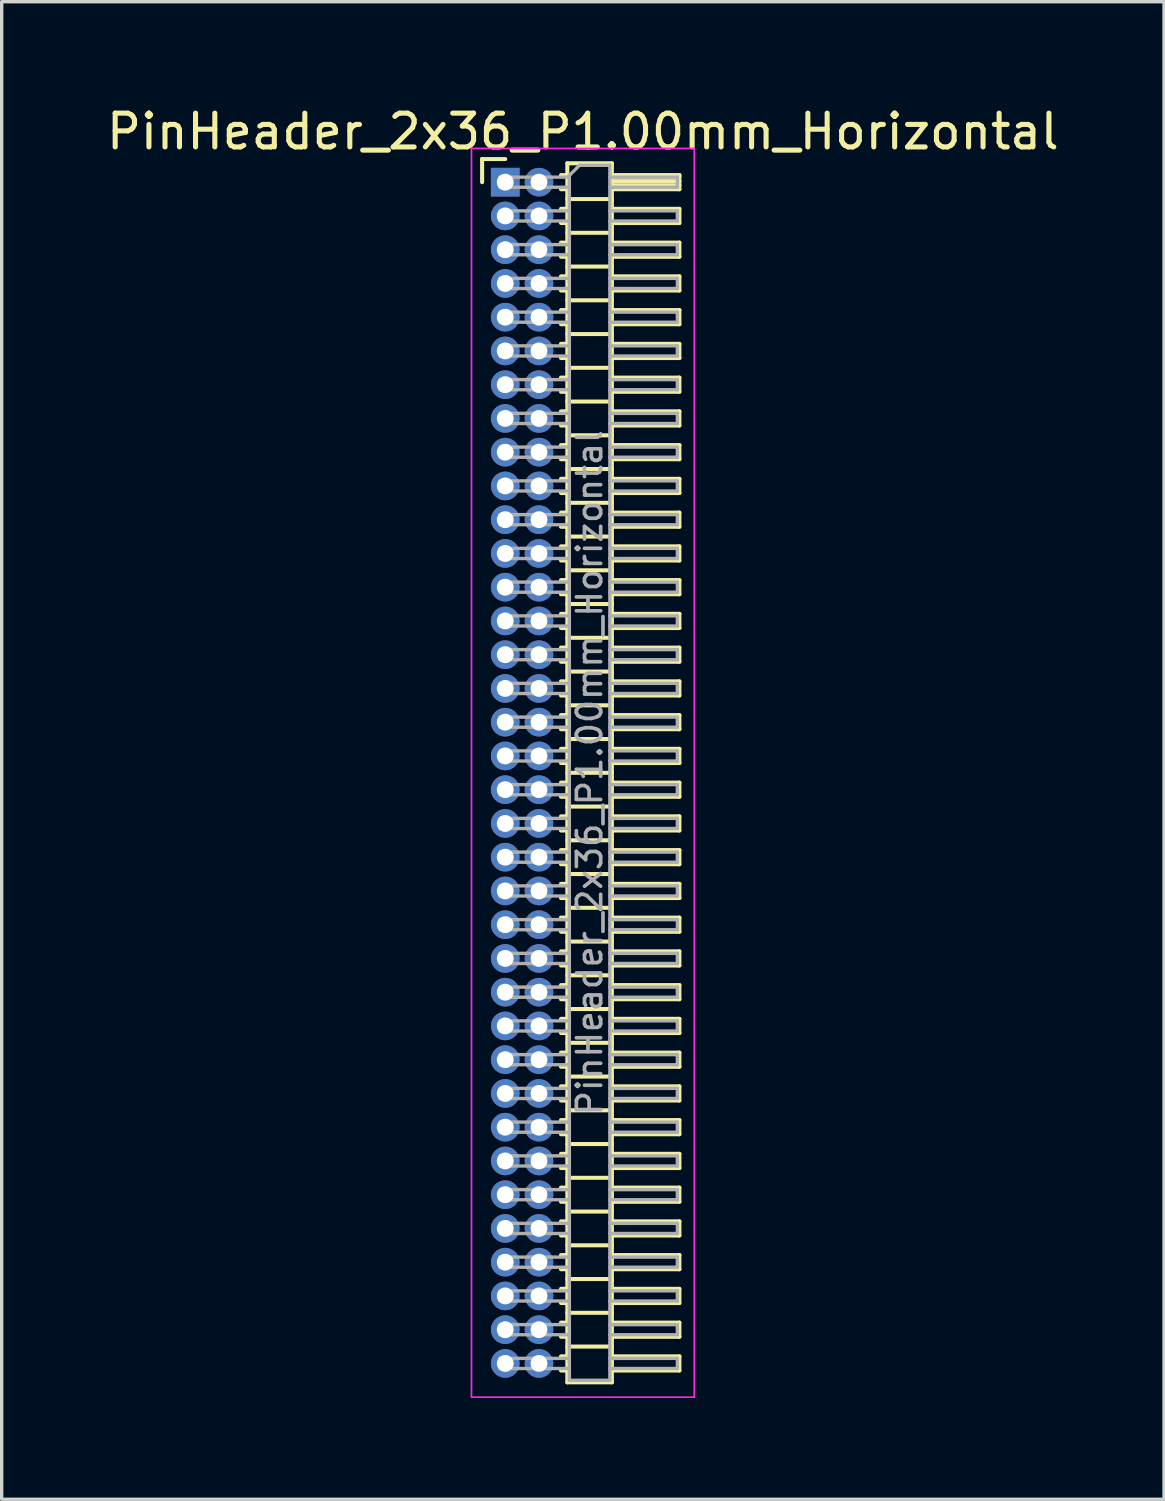
<source format=kicad_pcb>
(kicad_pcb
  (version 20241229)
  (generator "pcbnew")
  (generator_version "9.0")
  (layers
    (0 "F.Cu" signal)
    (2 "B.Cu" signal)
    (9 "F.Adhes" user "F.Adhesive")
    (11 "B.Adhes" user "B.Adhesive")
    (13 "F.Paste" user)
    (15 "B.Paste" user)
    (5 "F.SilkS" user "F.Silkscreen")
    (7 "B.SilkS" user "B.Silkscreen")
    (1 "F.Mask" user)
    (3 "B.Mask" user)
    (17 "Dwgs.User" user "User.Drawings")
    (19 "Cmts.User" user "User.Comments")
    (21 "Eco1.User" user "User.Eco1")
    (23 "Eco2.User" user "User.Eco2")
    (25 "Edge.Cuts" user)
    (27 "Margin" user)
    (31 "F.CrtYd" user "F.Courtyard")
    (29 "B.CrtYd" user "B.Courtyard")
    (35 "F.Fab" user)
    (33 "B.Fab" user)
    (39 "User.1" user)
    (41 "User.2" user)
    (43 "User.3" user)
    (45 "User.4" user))
  (footprint "PinHeader_2x36_P1.00mm_Horizontal"
    (layer "F.Cu")
    (at 11.92 2.348)
    (property "Reference" "PinHeader_2x36_P1.00mm_Horizontal" (at 2.3 -1.5 0) (layer "F.SilkS") (effects (font (size 1 1) (thickness 0.15))))
    (attr through_hole)
    (fp_line (start -0.685 -0.685) (end 0 -0.685) (stroke (width 0.12) (type solid)) (layer "F.SilkS"))
    (fp_line (start -0.685 0) (end -0.685 -0.685) (stroke (width 0.12) (type solid)) (layer "F.SilkS"))
    (fp_line (start 1.652 -0.21) (end 1.84 -0.21) (stroke (width 0.12) (type solid)) (layer "F.SilkS"))
    (fp_line (start 1.652 0.21) (end 1.84 0.21) (stroke (width 0.12) (type solid)) (layer "F.SilkS"))
    (fp_line (start 1.652 0.79) (end 1.84 0.79) (stroke (width 0.12) (type solid)) (layer "F.SilkS"))
    (fp_line (start 1.652 1.21) (end 1.84 1.21) (stroke (width 0.12) (type solid)) (layer "F.SilkS"))
    (fp_line (start 1.652 1.79) (end 1.84 1.79) (stroke (width 0.12) (type solid)) (layer "F.SilkS"))
    (fp_line (start 1.652 2.21) (end 1.84 2.21) (stroke (width 0.12) (type solid)) (layer "F.SilkS"))
    (fp_line (start 1.652 2.79) (end 1.84 2.79) (stroke (width 0.12) (type solid)) (layer "F.SilkS"))
    (fp_line (start 1.652 3.21) (end 1.84 3.21) (stroke (width 0.12) (type solid)) (layer "F.SilkS"))
    (fp_line (start 1.652 3.79) (end 1.84 3.79) (stroke (width 0.12) (type solid)) (layer "F.SilkS"))
    (fp_line (start 1.652 4.21) (end 1.84 4.21) (stroke (width 0.12) (type solid)) (layer "F.SilkS"))
    (fp_line (start 1.652 4.79) (end 1.84 4.79) (stroke (width 0.12) (type solid)) (layer "F.SilkS"))
    (fp_line (start 1.652 5.21) (end 1.84 5.21) (stroke (width 0.12) (type solid)) (layer "F.SilkS"))
    (fp_line (start 1.652 5.79) (end 1.84 5.79) (stroke (width 0.12) (type solid)) (layer "F.SilkS"))
    (fp_line (start 1.652 6.21) (end 1.84 6.21) (stroke (width 0.12) (type solid)) (layer "F.SilkS"))
    (fp_line (start 1.652 6.79) (end 1.84 6.79) (stroke (width 0.12) (type solid)) (layer "F.SilkS"))
    (fp_line (start 1.652 7.21) (end 1.84 7.21) (stroke (width 0.12) (type solid)) (layer "F.SilkS"))
    (fp_line (start 1.652 7.79) (end 1.84 7.79) (stroke (width 0.12) (type solid)) (layer "F.SilkS"))
    (fp_line (start 1.652 8.21) (end 1.84 8.21) (stroke (width 0.12) (type solid)) (layer "F.SilkS"))
    (fp_line (start 1.652 8.79) (end 1.84 8.79) (stroke (width 0.12) (type solid)) (layer "F.SilkS"))
    (fp_line (start 1.652 9.21) (end 1.84 9.21) (stroke (width 0.12) (type solid)) (layer "F.SilkS"))
    (fp_line (start 1.652 9.79) (end 1.84 9.79) (stroke (width 0.12) (type solid)) (layer "F.SilkS"))
    (fp_line (start 1.652 10.21) (end 1.84 10.21) (stroke (width 0.12) (type solid)) (layer "F.SilkS"))
    (fp_line (start 1.652 10.79) (end 1.84 10.79) (stroke (width 0.12) (type solid)) (layer "F.SilkS"))
    (fp_line (start 1.652 11.21) (end 1.84 11.21) (stroke (width 0.12) (type solid)) (layer "F.SilkS"))
    (fp_line (start 1.652 11.79) (end 1.84 11.79) (stroke (width 0.12) (type solid)) (layer "F.SilkS"))
    (fp_line (start 1.652 12.21) (end 1.84 12.21) (stroke (width 0.12) (type solid)) (layer "F.SilkS"))
    (fp_line (start 1.652 12.79) (end 1.84 12.79) (stroke (width 0.12) (type solid)) (layer "F.SilkS"))
    (fp_line (start 1.652 13.21) (end 1.84 13.21) (stroke (width 0.12) (type solid)) (layer "F.SilkS"))
    (fp_line (start 1.652 13.79) (end 1.84 13.79) (stroke (width 0.12) (type solid)) (layer "F.SilkS"))
    (fp_line (start 1.652 14.21) (end 1.84 14.21) (stroke (width 0.12) (type solid)) (layer "F.SilkS"))
    (fp_line (start 1.652 14.79) (end 1.84 14.79) (stroke (width 0.12) (type solid)) (layer "F.SilkS"))
    (fp_line (start 1.652 15.21) (end 1.84 15.21) (stroke (width 0.12) (type solid)) (layer "F.SilkS"))
    (fp_line (start 1.652 15.79) (end 1.84 15.79) (stroke (width 0.12) (type solid)) (layer "F.SilkS"))
    (fp_line (start 1.652 16.21) (end 1.84 16.21) (stroke (width 0.12) (type solid)) (layer "F.SilkS"))
    (fp_line (start 1.652 16.79) (end 1.84 16.79) (stroke (width 0.12) (type solid)) (layer "F.SilkS"))
    (fp_line (start 1.652 17.21) (end 1.84 17.21) (stroke (width 0.12) (type solid)) (layer "F.SilkS"))
    (fp_line (start 1.652 17.79) (end 1.84 17.79) (stroke (width 0.12) (type solid)) (layer "F.SilkS"))
    (fp_line (start 1.652 18.21) (end 1.84 18.21) (stroke (width 0.12) (type solid)) (layer "F.SilkS"))
    (fp_line (start 1.652 18.79) (end 1.84 18.79) (stroke (width 0.12) (type solid)) (layer "F.SilkS"))
    (fp_line (start 1.652 19.21) (end 1.84 19.21) (stroke (width 0.12) (type solid)) (layer "F.SilkS"))
    (fp_line (start 1.652 19.79) (end 1.84 19.79) (stroke (width 0.12) (type solid)) (layer "F.SilkS"))
    (fp_line (start 1.652 20.21) (end 1.84 20.21) (stroke (width 0.12) (type solid)) (layer "F.SilkS"))
    (fp_line (start 1.652 20.79) (end 1.84 20.79) (stroke (width 0.12) (type solid)) (layer "F.SilkS"))
    (fp_line (start 1.652 21.21) (end 1.84 21.21) (stroke (width 0.12) (type solid)) (layer "F.SilkS"))
    (fp_line (start 1.652 21.79) (end 1.84 21.79) (stroke (width 0.12) (type solid)) (layer "F.SilkS"))
    (fp_line (start 1.652 22.21) (end 1.84 22.21) (stroke (width 0.12) (type solid)) (layer "F.SilkS"))
    (fp_line (start 1.652 22.79) (end 1.84 22.79) (stroke (width 0.12) (type solid)) (layer "F.SilkS"))
    (fp_line (start 1.652 23.21) (end 1.84 23.21) (stroke (width 0.12) (type solid)) (layer "F.SilkS"))
    (fp_line (start 1.652 23.79) (end 1.84 23.79) (stroke (width 0.12) (type solid)) (layer "F.SilkS"))
    (fp_line (start 1.652 24.21) (end 1.84 24.21) (stroke (width 0.12) (type solid)) (layer "F.SilkS"))
    (fp_line (start 1.652 24.79) (end 1.84 24.79) (stroke (width 0.12) (type solid)) (layer "F.SilkS"))
    (fp_line (start 1.652 25.21) (end 1.84 25.21) (stroke (width 0.12) (type solid)) (layer "F.SilkS"))
    (fp_line (start 1.652 25.79) (end 1.84 25.79) (stroke (width 0.12) (type solid)) (layer "F.SilkS"))
    (fp_line (start 1.652 26.21) (end 1.84 26.21) (stroke (width 0.12) (type solid)) (layer "F.SilkS"))
    (fp_line (start 1.652 26.79) (end 1.84 26.79) (stroke (width 0.12) (type solid)) (layer "F.SilkS"))
    (fp_line (start 1.652 27.21) (end 1.84 27.21) (stroke (width 0.12) (type solid)) (layer "F.SilkS"))
    (fp_line (start 1.652 27.79) (end 1.84 27.79) (stroke (width 0.12) (type solid)) (layer "F.SilkS"))
    (fp_line (start 1.652 28.21) (end 1.84 28.21) (stroke (width 0.12) (type solid)) (layer "F.SilkS"))
    (fp_line (start 1.652 28.79) (end 1.84 28.79) (stroke (width 0.12) (type solid)) (layer "F.SilkS"))
    (fp_line (start 1.652 29.21) (end 1.84 29.21) (stroke (width 0.12) (type solid)) (layer "F.SilkS"))
    (fp_line (start 1.652 29.79) (end 1.84 29.79) (stroke (width 0.12) (type solid)) (layer "F.SilkS"))
    (fp_line (start 1.652 30.21) (end 1.84 30.21) (stroke (width 0.12) (type solid)) (layer "F.SilkS"))
    (fp_line (start 1.652 30.79) (end 1.84 30.79) (stroke (width 0.12) (type solid)) (layer "F.SilkS"))
    (fp_line (start 1.652 31.21) (end 1.84 31.21) (stroke (width 0.12) (type solid)) (layer "F.SilkS"))
    (fp_line (start 1.652 31.79) (end 1.84 31.79) (stroke (width 0.12) (type solid)) (layer "F.SilkS"))
    (fp_line (start 1.652 32.21) (end 1.84 32.21) (stroke (width 0.12) (type solid)) (layer "F.SilkS"))
    (fp_line (start 1.652 32.79) (end 1.84 32.79) (stroke (width 0.12) (type solid)) (layer "F.SilkS"))
    (fp_line (start 1.652 33.21) (end 1.84 33.21) (stroke (width 0.12) (type solid)) (layer "F.SilkS"))
    (fp_line (start 1.652 33.79) (end 1.84 33.79) (stroke (width 0.12) (type solid)) (layer "F.SilkS"))
    (fp_line (start 1.652 34.21) (end 1.84 34.21) (stroke (width 0.12) (type solid)) (layer "F.SilkS"))
    (fp_line (start 1.652 34.79) (end 1.84 34.79) (stroke (width 0.12) (type solid)) (layer "F.SilkS"))
    (fp_line (start 1.652 35.21) (end 1.84 35.21) (stroke (width 0.12) (type solid)) (layer "F.SilkS"))
    (fp_line (start 1.84 -0.56) (end 1.84 35.56) (stroke (width 0.12) (type solid)) (layer "F.SilkS"))
    (fp_line (start 1.84 0.5) (end 3.16 0.5) (stroke (width 0.12) (type solid)) (layer "F.SilkS"))
    (fp_line (start 1.84 1.5) (end 3.16 1.5) (stroke (width 0.12) (type solid)) (layer "F.SilkS"))
    (fp_line (start 1.84 2.5) (end 3.16 2.5) (stroke (width 0.12) (type solid)) (layer "F.SilkS"))
    (fp_line (start 1.84 3.5) (end 3.16 3.5) (stroke (width 0.12) (type solid)) (layer "F.SilkS"))
    (fp_line (start 1.84 4.5) (end 3.16 4.5) (stroke (width 0.12) (type solid)) (layer "F.SilkS"))
    (fp_line (start 1.84 5.5) (end 3.16 5.5) (stroke (width 0.12) (type solid)) (layer "F.SilkS"))
    (fp_line (start 1.84 6.5) (end 3.16 6.5) (stroke (width 0.12) (type solid)) (layer "F.SilkS"))
    (fp_line (start 1.84 7.5) (end 3.16 7.5) (stroke (width 0.12) (type solid)) (layer "F.SilkS"))
    (fp_line (start 1.84 8.5) (end 3.16 8.5) (stroke (width 0.12) (type solid)) (layer "F.SilkS"))
    (fp_line (start 1.84 9.5) (end 3.16 9.5) (stroke (width 0.12) (type solid)) (layer "F.SilkS"))
    (fp_line (start 1.84 10.5) (end 3.16 10.5) (stroke (width 0.12) (type solid)) (layer "F.SilkS"))
    (fp_line (start 1.84 11.5) (end 3.16 11.5) (stroke (width 0.12) (type solid)) (layer "F.SilkS"))
    (fp_line (start 1.84 12.5) (end 3.16 12.5) (stroke (width 0.12) (type solid)) (layer "F.SilkS"))
    (fp_line (start 1.84 13.5) (end 3.16 13.5) (stroke (width 0.12) (type solid)) (layer "F.SilkS"))
    (fp_line (start 1.84 14.5) (end 3.16 14.5) (stroke (width 0.12) (type solid)) (layer "F.SilkS"))
    (fp_line (start 1.84 15.5) (end 3.16 15.5) (stroke (width 0.12) (type solid)) (layer "F.SilkS"))
    (fp_line (start 1.84 16.5) (end 3.16 16.5) (stroke (width 0.12) (type solid)) (layer "F.SilkS"))
    (fp_line (start 1.84 17.5) (end 3.16 17.5) (stroke (width 0.12) (type solid)) (layer "F.SilkS"))
    (fp_line (start 1.84 18.5) (end 3.16 18.5) (stroke (width 0.12) (type solid)) (layer "F.SilkS"))
    (fp_line (start 1.84 19.5) (end 3.16 19.5) (stroke (width 0.12) (type solid)) (layer "F.SilkS"))
    (fp_line (start 1.84 20.5) (end 3.16 20.5) (stroke (width 0.12) (type solid)) (layer "F.SilkS"))
    (fp_line (start 1.84 21.5) (end 3.16 21.5) (stroke (width 0.12) (type solid)) (layer "F.SilkS"))
    (fp_line (start 1.84 22.5) (end 3.16 22.5) (stroke (width 0.12) (type solid)) (layer "F.SilkS"))
    (fp_line (start 1.84 23.5) (end 3.16 23.5) (stroke (width 0.12) (type solid)) (layer "F.SilkS"))
    (fp_line (start 1.84 24.5) (end 3.16 24.5) (stroke (width 0.12) (type solid)) (layer "F.SilkS"))
    (fp_line (start 1.84 25.5) (end 3.16 25.5) (stroke (width 0.12) (type solid)) (layer "F.SilkS"))
    (fp_line (start 1.84 26.5) (end 3.16 26.5) (stroke (width 0.12) (type solid)) (layer "F.SilkS"))
    (fp_line (start 1.84 27.5) (end 3.16 27.5) (stroke (width 0.12) (type solid)) (layer "F.SilkS"))
    (fp_line (start 1.84 28.5) (end 3.16 28.5) (stroke (width 0.12) (type solid)) (layer "F.SilkS"))
    (fp_line (start 1.84 29.5) (end 3.16 29.5) (stroke (width 0.12) (type solid)) (layer "F.SilkS"))
    (fp_line (start 1.84 30.5) (end 3.16 30.5) (stroke (width 0.12) (type solid)) (layer "F.SilkS"))
    (fp_line (start 1.84 31.5) (end 3.16 31.5) (stroke (width 0.12) (type solid)) (layer "F.SilkS"))
    (fp_line (start 1.84 32.5) (end 3.16 32.5) (stroke (width 0.12) (type solid)) (layer "F.SilkS"))
    (fp_line (start 1.84 33.5) (end 3.16 33.5) (stroke (width 0.12) (type solid)) (layer "F.SilkS"))
    (fp_line (start 1.84 34.5) (end 3.16 34.5) (stroke (width 0.12) (type solid)) (layer "F.SilkS"))
    (fp_line (start 1.84 35.56) (end 3.16 35.56) (stroke (width 0.12) (type solid)) (layer "F.SilkS"))
    (fp_line (start 3.16 -0.56) (end 1.84 -0.56) (stroke (width 0.12) (type solid)) (layer "F.SilkS"))
    (fp_line (start 3.16 -0.21) (end 5.16 -0.21) (stroke (width 0.12) (type solid)) (layer "F.SilkS"))
    (fp_line (start 3.16 -0.15) (end 5.16 -0.15) (stroke (width 0.12) (type solid)) (layer "F.SilkS"))
    (fp_line (start 3.16 -0.03) (end 5.16 -0.03) (stroke (width 0.12) (type solid)) (layer "F.SilkS"))
    (fp_line (start 3.16 0.09) (end 5.16 0.09) (stroke (width 0.12) (type solid)) (layer "F.SilkS"))
    (fp_line (start 3.16 0.79) (end 5.16 0.79) (stroke (width 0.12) (type solid)) (layer "F.SilkS"))
    (fp_line (start 3.16 1.79) (end 5.16 1.79) (stroke (width 0.12) (type solid)) (layer "F.SilkS"))
    (fp_line (start 3.16 2.79) (end 5.16 2.79) (stroke (width 0.12) (type solid)) (layer "F.SilkS"))
    (fp_line (start 3.16 3.79) (end 5.16 3.79) (stroke (width 0.12) (type solid)) (layer "F.SilkS"))
    (fp_line (start 3.16 4.79) (end 5.16 4.79) (stroke (width 0.12) (type solid)) (layer "F.SilkS"))
    (fp_line (start 3.16 5.79) (end 5.16 5.79) (stroke (width 0.12) (type solid)) (layer "F.SilkS"))
    (fp_line (start 3.16 6.79) (end 5.16 6.79) (stroke (width 0.12) (type solid)) (layer "F.SilkS"))
    (fp_line (start 3.16 7.79) (end 5.16 7.79) (stroke (width 0.12) (type solid)) (layer "F.SilkS"))
    (fp_line (start 3.16 8.79) (end 5.16 8.79) (stroke (width 0.12) (type solid)) (layer "F.SilkS"))
    (fp_line (start 3.16 9.79) (end 5.16 9.79) (stroke (width 0.12) (type solid)) (layer "F.SilkS"))
    (fp_line (start 3.16 10.79) (end 5.16 10.79) (stroke (width 0.12) (type solid)) (layer "F.SilkS"))
    (fp_line (start 3.16 11.79) (end 5.16 11.79) (stroke (width 0.12) (type solid)) (layer "F.SilkS"))
    (fp_line (start 3.16 12.79) (end 5.16 12.79) (stroke (width 0.12) (type solid)) (layer "F.SilkS"))
    (fp_line (start 3.16 13.79) (end 5.16 13.79) (stroke (width 0.12) (type solid)) (layer "F.SilkS"))
    (fp_line (start 3.16 14.79) (end 5.16 14.79) (stroke (width 0.12) (type solid)) (layer "F.SilkS"))
    (fp_line (start 3.16 15.79) (end 5.16 15.79) (stroke (width 0.12) (type solid)) (layer "F.SilkS"))
    (fp_line (start 3.16 16.79) (end 5.16 16.79) (stroke (width 0.12) (type solid)) (layer "F.SilkS"))
    (fp_line (start 3.16 17.79) (end 5.16 17.79) (stroke (width 0.12) (type solid)) (layer "F.SilkS"))
    (fp_line (start 3.16 18.79) (end 5.16 18.79) (stroke (width 0.12) (type solid)) (layer "F.SilkS"))
    (fp_line (start 3.16 19.79) (end 5.16 19.79) (stroke (width 0.12) (type solid)) (layer "F.SilkS"))
    (fp_line (start 3.16 20.79) (end 5.16 20.79) (stroke (width 0.12) (type solid)) (layer "F.SilkS"))
    (fp_line (start 3.16 21.79) (end 5.16 21.79) (stroke (width 0.12) (type solid)) (layer "F.SilkS"))
    (fp_line (start 3.16 22.79) (end 5.16 22.79) (stroke (width 0.12) (type solid)) (layer "F.SilkS"))
    (fp_line (start 3.16 23.79) (end 5.16 23.79) (stroke (width 0.12) (type solid)) (layer "F.SilkS"))
    (fp_line (start 3.16 24.79) (end 5.16 24.79) (stroke (width 0.12) (type solid)) (layer "F.SilkS"))
    (fp_line (start 3.16 25.79) (end 5.16 25.79) (stroke (width 0.12) (type solid)) (layer "F.SilkS"))
    (fp_line (start 3.16 26.79) (end 5.16 26.79) (stroke (width 0.12) (type solid)) (layer "F.SilkS"))
    (fp_line (start 3.16 27.79) (end 5.16 27.79) (stroke (width 0.12) (type solid)) (layer "F.SilkS"))
    (fp_line (start 3.16 28.79) (end 5.16 28.79) (stroke (width 0.12) (type solid)) (layer "F.SilkS"))
    (fp_line (start 3.16 29.79) (end 5.16 29.79) (stroke (width 0.12) (type solid)) (layer "F.SilkS"))
    (fp_line (start 3.16 30.79) (end 5.16 30.79) (stroke (width 0.12) (type solid)) (layer "F.SilkS"))
    (fp_line (start 3.16 31.79) (end 5.16 31.79) (stroke (width 0.12) (type solid)) (layer "F.SilkS"))
    (fp_line (start 3.16 32.79) (end 5.16 32.79) (stroke (width 0.12) (type solid)) (layer "F.SilkS"))
    (fp_line (start 3.16 33.79) (end 5.16 33.79) (stroke (width 0.12) (type solid)) (layer "F.SilkS"))
    (fp_line (start 3.16 34.79) (end 5.16 34.79) (stroke (width 0.12) (type solid)) (layer "F.SilkS"))
    (fp_line (start 3.16 35.56) (end 3.16 -0.56) (stroke (width 0.12) (type solid)) (layer "F.SilkS"))
    (fp_line (start 5.16 -0.21) (end 5.16 0.21) (stroke (width 0.12) (type solid)) (layer "F.SilkS"))
    (fp_line (start 5.16 0.21) (end 3.16 0.21) (stroke (width 0.12) (type solid)) (layer "F.SilkS"))
    (fp_line (start 5.16 0.79) (end 5.16 1.21) (stroke (width 0.12) (type solid)) (layer "F.SilkS"))
    (fp_line (start 5.16 1.21) (end 3.16 1.21) (stroke (width 0.12) (type solid)) (layer "F.SilkS"))
    (fp_line (start 5.16 1.79) (end 5.16 2.21) (stroke (width 0.12) (type solid)) (layer "F.SilkS"))
    (fp_line (start 5.16 2.21) (end 3.16 2.21) (stroke (width 0.12) (type solid)) (layer "F.SilkS"))
    (fp_line (start 5.16 2.79) (end 5.16 3.21) (stroke (width 0.12) (type solid)) (layer "F.SilkS"))
    (fp_line (start 5.16 3.21) (end 3.16 3.21) (stroke (width 0.12) (type solid)) (layer "F.SilkS"))
    (fp_line (start 5.16 3.79) (end 5.16 4.21) (stroke (width 0.12) (type solid)) (layer "F.SilkS"))
    (fp_line (start 5.16 4.21) (end 3.16 4.21) (stroke (width 0.12) (type solid)) (layer "F.SilkS"))
    (fp_line (start 5.16 4.79) (end 5.16 5.21) (stroke (width 0.12) (type solid)) (layer "F.SilkS"))
    (fp_line (start 5.16 5.21) (end 3.16 5.21) (stroke (width 0.12) (type solid)) (layer "F.SilkS"))
    (fp_line (start 5.16 5.79) (end 5.16 6.21) (stroke (width 0.12) (type solid)) (layer "F.SilkS"))
    (fp_line (start 5.16 6.21) (end 3.16 6.21) (stroke (width 0.12) (type solid)) (layer "F.SilkS"))
    (fp_line (start 5.16 6.79) (end 5.16 7.21) (stroke (width 0.12) (type solid)) (layer "F.SilkS"))
    (fp_line (start 5.16 7.21) (end 3.16 7.21) (stroke (width 0.12) (type solid)) (layer "F.SilkS"))
    (fp_line (start 5.16 7.79) (end 5.16 8.21) (stroke (width 0.12) (type solid)) (layer "F.SilkS"))
    (fp_line (start 5.16 8.21) (end 3.16 8.21) (stroke (width 0.12) (type solid)) (layer "F.SilkS"))
    (fp_line (start 5.16 8.79) (end 5.16 9.21) (stroke (width 0.12) (type solid)) (layer "F.SilkS"))
    (fp_line (start 5.16 9.21) (end 3.16 9.21) (stroke (width 0.12) (type solid)) (layer "F.SilkS"))
    (fp_line (start 5.16 9.79) (end 5.16 10.21) (stroke (width 0.12) (type solid)) (layer "F.SilkS"))
    (fp_line (start 5.16 10.21) (end 3.16 10.21) (stroke (width 0.12) (type solid)) (layer "F.SilkS"))
    (fp_line (start 5.16 10.79) (end 5.16 11.21) (stroke (width 0.12) (type solid)) (layer "F.SilkS"))
    (fp_line (start 5.16 11.21) (end 3.16 11.21) (stroke (width 0.12) (type solid)) (layer "F.SilkS"))
    (fp_line (start 5.16 11.79) (end 5.16 12.21) (stroke (width 0.12) (type solid)) (layer "F.SilkS"))
    (fp_line (start 5.16 12.21) (end 3.16 12.21) (stroke (width 0.12) (type solid)) (layer "F.SilkS"))
    (fp_line (start 5.16 12.79) (end 5.16 13.21) (stroke (width 0.12) (type solid)) (layer "F.SilkS"))
    (fp_line (start 5.16 13.21) (end 3.16 13.21) (stroke (width 0.12) (type solid)) (layer "F.SilkS"))
    (fp_line (start 5.16 13.79) (end 5.16 14.21) (stroke (width 0.12) (type solid)) (layer "F.SilkS"))
    (fp_line (start 5.16 14.21) (end 3.16 14.21) (stroke (width 0.12) (type solid)) (layer "F.SilkS"))
    (fp_line (start 5.16 14.79) (end 5.16 15.21) (stroke (width 0.12) (type solid)) (layer "F.SilkS"))
    (fp_line (start 5.16 15.21) (end 3.16 15.21) (stroke (width 0.12) (type solid)) (layer "F.SilkS"))
    (fp_line (start 5.16 15.79) (end 5.16 16.21) (stroke (width 0.12) (type solid)) (layer "F.SilkS"))
    (fp_line (start 5.16 16.21) (end 3.16 16.21) (stroke (width 0.12) (type solid)) (layer "F.SilkS"))
    (fp_line (start 5.16 16.79) (end 5.16 17.21) (stroke (width 0.12) (type solid)) (layer "F.SilkS"))
    (fp_line (start 5.16 17.21) (end 3.16 17.21) (stroke (width 0.12) (type solid)) (layer "F.SilkS"))
    (fp_line (start 5.16 17.79) (end 5.16 18.21) (stroke (width 0.12) (type solid)) (layer "F.SilkS"))
    (fp_line (start 5.16 18.21) (end 3.16 18.21) (stroke (width 0.12) (type solid)) (layer "F.SilkS"))
    (fp_line (start 5.16 18.79) (end 5.16 19.21) (stroke (width 0.12) (type solid)) (layer "F.SilkS"))
    (fp_line (start 5.16 19.21) (end 3.16 19.21) (stroke (width 0.12) (type solid)) (layer "F.SilkS"))
    (fp_line (start 5.16 19.79) (end 5.16 20.21) (stroke (width 0.12) (type solid)) (layer "F.SilkS"))
    (fp_line (start 5.16 20.21) (end 3.16 20.21) (stroke (width 0.12) (type solid)) (layer "F.SilkS"))
    (fp_line (start 5.16 20.79) (end 5.16 21.21) (stroke (width 0.12) (type solid)) (layer "F.SilkS"))
    (fp_line (start 5.16 21.21) (end 3.16 21.21) (stroke (width 0.12) (type solid)) (layer "F.SilkS"))
    (fp_line (start 5.16 21.79) (end 5.16 22.21) (stroke (width 0.12) (type solid)) (layer "F.SilkS"))
    (fp_line (start 5.16 22.21) (end 3.16 22.21) (stroke (width 0.12) (type solid)) (layer "F.SilkS"))
    (fp_line (start 5.16 22.79) (end 5.16 23.21) (stroke (width 0.12) (type solid)) (layer "F.SilkS"))
    (fp_line (start 5.16 23.21) (end 3.16 23.21) (stroke (width 0.12) (type solid)) (layer "F.SilkS"))
    (fp_line (start 5.16 23.79) (end 5.16 24.21) (stroke (width 0.12) (type solid)) (layer "F.SilkS"))
    (fp_line (start 5.16 24.21) (end 3.16 24.21) (stroke (width 0.12) (type solid)) (layer "F.SilkS"))
    (fp_line (start 5.16 24.79) (end 5.16 25.21) (stroke (width 0.12) (type solid)) (layer "F.SilkS"))
    (fp_line (start 5.16 25.21) (end 3.16 25.21) (stroke (width 0.12) (type solid)) (layer "F.SilkS"))
    (fp_line (start 5.16 25.79) (end 5.16 26.21) (stroke (width 0.12) (type solid)) (layer "F.SilkS"))
    (fp_line (start 5.16 26.21) (end 3.16 26.21) (stroke (width 0.12) (type solid)) (layer "F.SilkS"))
    (fp_line (start 5.16 26.79) (end 5.16 27.21) (stroke (width 0.12) (type solid)) (layer "F.SilkS"))
    (fp_line (start 5.16 27.21) (end 3.16 27.21) (stroke (width 0.12) (type solid)) (layer "F.SilkS"))
    (fp_line (start 5.16 27.79) (end 5.16 28.21) (stroke (width 0.12) (type solid)) (layer "F.SilkS"))
    (fp_line (start 5.16 28.21) (end 3.16 28.21) (stroke (width 0.12) (type solid)) (layer "F.SilkS"))
    (fp_line (start 5.16 28.79) (end 5.16 29.21) (stroke (width 0.12) (type solid)) (layer "F.SilkS"))
    (fp_line (start 5.16 29.21) (end 3.16 29.21) (stroke (width 0.12) (type solid)) (layer "F.SilkS"))
    (fp_line (start 5.16 29.79) (end 5.16 30.21) (stroke (width 0.12) (type solid)) (layer "F.SilkS"))
    (fp_line (start 5.16 30.21) (end 3.16 30.21) (stroke (width 0.12) (type solid)) (layer "F.SilkS"))
    (fp_line (start 5.16 30.79) (end 5.16 31.21) (stroke (width 0.12) (type solid)) (layer "F.SilkS"))
    (fp_line (start 5.16 31.21) (end 3.16 31.21) (stroke (width 0.12) (type solid)) (layer "F.SilkS"))
    (fp_line (start 5.16 31.79) (end 5.16 32.21) (stroke (width 0.12) (type solid)) (layer "F.SilkS"))
    (fp_line (start 5.16 32.21) (end 3.16 32.21) (stroke (width 0.12) (type solid)) (layer "F.SilkS"))
    (fp_line (start 5.16 32.79) (end 5.16 33.21) (stroke (width 0.12) (type solid)) (layer "F.SilkS"))
    (fp_line (start 5.16 33.21) (end 3.16 33.21) (stroke (width 0.12) (type solid)) (layer "F.SilkS"))
    (fp_line (start 5.16 33.79) (end 5.16 34.21) (stroke (width 0.12) (type solid)) (layer "F.SilkS"))
    (fp_line (start 5.16 34.21) (end 3.16 34.21) (stroke (width 0.12) (type solid)) (layer "F.SilkS"))
    (fp_line (start 5.16 34.79) (end 5.16 35.21) (stroke (width 0.12) (type solid)) (layer "F.SilkS"))
    (fp_line (start 5.16 35.21) (end 3.16 35.21) (stroke (width 0.12) (type solid)) (layer "F.SilkS"))
    (fp_line (start -1 -1) (end -1 36) (stroke (width 0.05) (type solid)) (layer "F.CrtYd"))
    (fp_line (start -1 36) (end 5.6 36) (stroke (width 0.05) (type solid)) (layer "F.CrtYd"))
    (fp_line (start 5.6 -1) (end -1 -1) (stroke (width 0.05) (type solid)) (layer "F.CrtYd"))
    (fp_line (start 5.6 36) (end 5.6 -1) (stroke (width 0.05) (type solid)) (layer "F.CrtYd"))
    (fp_line (start -0.15 -0.15) (end -0.15 0.15) (stroke (width 0.1) (type solid)) (layer "F.Fab"))
    (fp_line (start -0.15 -0.15) (end 1.9 -0.15) (stroke (width 0.1) (type solid)) (layer "F.Fab"))
    (fp_line (start -0.15 0.15) (end 1.9 0.15) (stroke (width 0.1) (type solid)) (layer "F.Fab"))
    (fp_line (start -0.15 0.85) (end -0.15 1.15) (stroke (width 0.1) (type solid)) (layer "F.Fab"))
    (fp_line (start -0.15 0.85) (end 1.9 0.85) (stroke (width 0.1) (type solid)) (layer "F.Fab"))
    (fp_line (start -0.15 1.15) (end 1.9 1.15) (stroke (width 0.1) (type solid)) (layer "F.Fab"))
    (fp_line (start -0.15 1.85) (end -0.15 2.15) (stroke (width 0.1) (type solid)) (layer "F.Fab"))
    (fp_line (start -0.15 1.85) (end 1.9 1.85) (stroke (width 0.1) (type solid)) (layer "F.Fab"))
    (fp_line (start -0.15 2.15) (end 1.9 2.15) (stroke (width 0.1) (type solid)) (layer "F.Fab"))
    (fp_line (start -0.15 2.85) (end -0.15 3.15) (stroke (width 0.1) (type solid)) (layer "F.Fab"))
    (fp_line (start -0.15 2.85) (end 1.9 2.85) (stroke (width 0.1) (type solid)) (layer "F.Fab"))
    (fp_line (start -0.15 3.15) (end 1.9 3.15) (stroke (width 0.1) (type solid)) (layer "F.Fab"))
    (fp_line (start -0.15 3.85) (end -0.15 4.15) (stroke (width 0.1) (type solid)) (layer "F.Fab"))
    (fp_line (start -0.15 3.85) (end 1.9 3.85) (stroke (width 0.1) (type solid)) (layer "F.Fab"))
    (fp_line (start -0.15 4.15) (end 1.9 4.15) (stroke (width 0.1) (type solid)) (layer "F.Fab"))
    (fp_line (start -0.15 4.85) (end -0.15 5.15) (stroke (width 0.1) (type solid)) (layer "F.Fab"))
    (fp_line (start -0.15 4.85) (end 1.9 4.85) (stroke (width 0.1) (type solid)) (layer "F.Fab"))
    (fp_line (start -0.15 5.15) (end 1.9 5.15) (stroke (width 0.1) (type solid)) (layer "F.Fab"))
    (fp_line (start -0.15 5.85) (end -0.15 6.15) (stroke (width 0.1) (type solid)) (layer "F.Fab"))
    (fp_line (start -0.15 5.85) (end 1.9 5.85) (stroke (width 0.1) (type solid)) (layer "F.Fab"))
    (fp_line (start -0.15 6.15) (end 1.9 6.15) (stroke (width 0.1) (type solid)) (layer "F.Fab"))
    (fp_line (start -0.15 6.85) (end -0.15 7.15) (stroke (width 0.1) (type solid)) (layer "F.Fab"))
    (fp_line (start -0.15 6.85) (end 1.9 6.85) (stroke (width 0.1) (type solid)) (layer "F.Fab"))
    (fp_line (start -0.15 7.15) (end 1.9 7.15) (stroke (width 0.1) (type solid)) (layer "F.Fab"))
    (fp_line (start -0.15 7.85) (end -0.15 8.15) (stroke (width 0.1) (type solid)) (layer "F.Fab"))
    (fp_line (start -0.15 7.85) (end 1.9 7.85) (stroke (width 0.1) (type solid)) (layer "F.Fab"))
    (fp_line (start -0.15 8.15) (end 1.9 8.15) (stroke (width 0.1) (type solid)) (layer "F.Fab"))
    (fp_line (start -0.15 8.85) (end -0.15 9.15) (stroke (width 0.1) (type solid)) (layer "F.Fab"))
    (fp_line (start -0.15 8.85) (end 1.9 8.85) (stroke (width 0.1) (type solid)) (layer "F.Fab"))
    (fp_line (start -0.15 9.15) (end 1.9 9.15) (stroke (width 0.1) (type solid)) (layer "F.Fab"))
    (fp_line (start -0.15 9.85) (end -0.15 10.15) (stroke (width 0.1) (type solid)) (layer "F.Fab"))
    (fp_line (start -0.15 9.85) (end 1.9 9.85) (stroke (width 0.1) (type solid)) (layer "F.Fab"))
    (fp_line (start -0.15 10.15) (end 1.9 10.15) (stroke (width 0.1) (type solid)) (layer "F.Fab"))
    (fp_line (start -0.15 10.85) (end -0.15 11.15) (stroke (width 0.1) (type solid)) (layer "F.Fab"))
    (fp_line (start -0.15 10.85) (end 1.9 10.85) (stroke (width 0.1) (type solid)) (layer "F.Fab"))
    (fp_line (start -0.15 11.15) (end 1.9 11.15) (stroke (width 0.1) (type solid)) (layer "F.Fab"))
    (fp_line (start -0.15 11.85) (end -0.15 12.15) (stroke (width 0.1) (type solid)) (layer "F.Fab"))
    (fp_line (start -0.15 11.85) (end 1.9 11.85) (stroke (width 0.1) (type solid)) (layer "F.Fab"))
    (fp_line (start -0.15 12.15) (end 1.9 12.15) (stroke (width 0.1) (type solid)) (layer "F.Fab"))
    (fp_line (start -0.15 12.85) (end -0.15 13.15) (stroke (width 0.1) (type solid)) (layer "F.Fab"))
    (fp_line (start -0.15 12.85) (end 1.9 12.85) (stroke (width 0.1) (type solid)) (layer "F.Fab"))
    (fp_line (start -0.15 13.15) (end 1.9 13.15) (stroke (width 0.1) (type solid)) (layer "F.Fab"))
    (fp_line (start -0.15 13.85) (end -0.15 14.15) (stroke (width 0.1) (type solid)) (layer "F.Fab"))
    (fp_line (start -0.15 13.85) (end 1.9 13.85) (stroke (width 0.1) (type solid)) (layer "F.Fab"))
    (fp_line (start -0.15 14.15) (end 1.9 14.15) (stroke (width 0.1) (type solid)) (layer "F.Fab"))
    (fp_line (start -0.15 14.85) (end -0.15 15.15) (stroke (width 0.1) (type solid)) (layer "F.Fab"))
    (fp_line (start -0.15 14.85) (end 1.9 14.85) (stroke (width 0.1) (type solid)) (layer "F.Fab"))
    (fp_line (start -0.15 15.15) (end 1.9 15.15) (stroke (width 0.1) (type solid)) (layer "F.Fab"))
    (fp_line (start -0.15 15.85) (end -0.15 16.15) (stroke (width 0.1) (type solid)) (layer "F.Fab"))
    (fp_line (start -0.15 15.85) (end 1.9 15.85) (stroke (width 0.1) (type solid)) (layer "F.Fab"))
    (fp_line (start -0.15 16.15) (end 1.9 16.15) (stroke (width 0.1) (type solid)) (layer "F.Fab"))
    (fp_line (start -0.15 16.85) (end -0.15 17.15) (stroke (width 0.1) (type solid)) (layer "F.Fab"))
    (fp_line (start -0.15 16.85) (end 1.9 16.85) (stroke (width 0.1) (type solid)) (layer "F.Fab"))
    (fp_line (start -0.15 17.15) (end 1.9 17.15) (stroke (width 0.1) (type solid)) (layer "F.Fab"))
    (fp_line (start -0.15 17.85) (end -0.15 18.15) (stroke (width 0.1) (type solid)) (layer "F.Fab"))
    (fp_line (start -0.15 17.85) (end 1.9 17.85) (stroke (width 0.1) (type solid)) (layer "F.Fab"))
    (fp_line (start -0.15 18.15) (end 1.9 18.15) (stroke (width 0.1) (type solid)) (layer "F.Fab"))
    (fp_line (start -0.15 18.85) (end -0.15 19.15) (stroke (width 0.1) (type solid)) (layer "F.Fab"))
    (fp_line (start -0.15 18.85) (end 1.9 18.85) (stroke (width 0.1) (type solid)) (layer "F.Fab"))
    (fp_line (start -0.15 19.15) (end 1.9 19.15) (stroke (width 0.1) (type solid)) (layer "F.Fab"))
    (fp_line (start -0.15 19.85) (end -0.15 20.15) (stroke (width 0.1) (type solid)) (layer "F.Fab"))
    (fp_line (start -0.15 19.85) (end 1.9 19.85) (stroke (width 0.1) (type solid)) (layer "F.Fab"))
    (fp_line (start -0.15 20.15) (end 1.9 20.15) (stroke (width 0.1) (type solid)) (layer "F.Fab"))
    (fp_line (start -0.15 20.85) (end -0.15 21.15) (stroke (width 0.1) (type solid)) (layer "F.Fab"))
    (fp_line (start -0.15 20.85) (end 1.9 20.85) (stroke (width 0.1) (type solid)) (layer "F.Fab"))
    (fp_line (start -0.15 21.15) (end 1.9 21.15) (stroke (width 0.1) (type solid)) (layer "F.Fab"))
    (fp_line (start -0.15 21.85) (end -0.15 22.15) (stroke (width 0.1) (type solid)) (layer "F.Fab"))
    (fp_line (start -0.15 21.85) (end 1.9 21.85) (stroke (width 0.1) (type solid)) (layer "F.Fab"))
    (fp_line (start -0.15 22.15) (end 1.9 22.15) (stroke (width 0.1) (type solid)) (layer "F.Fab"))
    (fp_line (start -0.15 22.85) (end -0.15 23.15) (stroke (width 0.1) (type solid)) (layer "F.Fab"))
    (fp_line (start -0.15 22.85) (end 1.9 22.85) (stroke (width 0.1) (type solid)) (layer "F.Fab"))
    (fp_line (start -0.15 23.15) (end 1.9 23.15) (stroke (width 0.1) (type solid)) (layer "F.Fab"))
    (fp_line (start -0.15 23.85) (end -0.15 24.15) (stroke (width 0.1) (type solid)) (layer "F.Fab"))
    (fp_line (start -0.15 23.85) (end 1.9 23.85) (stroke (width 0.1) (type solid)) (layer "F.Fab"))
    (fp_line (start -0.15 24.15) (end 1.9 24.15) (stroke (width 0.1) (type solid)) (layer "F.Fab"))
    (fp_line (start -0.15 24.85) (end -0.15 25.15) (stroke (width 0.1) (type solid)) (layer "F.Fab"))
    (fp_line (start -0.15 24.85) (end 1.9 24.85) (stroke (width 0.1) (type solid)) (layer "F.Fab"))
    (fp_line (start -0.15 25.15) (end 1.9 25.15) (stroke (width 0.1) (type solid)) (layer "F.Fab"))
    (fp_line (start -0.15 25.85) (end -0.15 26.15) (stroke (width 0.1) (type solid)) (layer "F.Fab"))
    (fp_line (start -0.15 25.85) (end 1.9 25.85) (stroke (width 0.1) (type solid)) (layer "F.Fab"))
    (fp_line (start -0.15 26.15) (end 1.9 26.15) (stroke (width 0.1) (type solid)) (layer "F.Fab"))
    (fp_line (start -0.15 26.85) (end -0.15 27.15) (stroke (width 0.1) (type solid)) (layer "F.Fab"))
    (fp_line (start -0.15 26.85) (end 1.9 26.85) (stroke (width 0.1) (type solid)) (layer "F.Fab"))
    (fp_line (start -0.15 27.15) (end 1.9 27.15) (stroke (width 0.1) (type solid)) (layer "F.Fab"))
    (fp_line (start -0.15 27.85) (end -0.15 28.15) (stroke (width 0.1) (type solid)) (layer "F.Fab"))
    (fp_line (start -0.15 27.85) (end 1.9 27.85) (stroke (width 0.1) (type solid)) (layer "F.Fab"))
    (fp_line (start -0.15 28.15) (end 1.9 28.15) (stroke (width 0.1) (type solid)) (layer "F.Fab"))
    (fp_line (start -0.15 28.85) (end -0.15 29.15) (stroke (width 0.1) (type solid)) (layer "F.Fab"))
    (fp_line (start -0.15 28.85) (end 1.9 28.85) (stroke (width 0.1) (type solid)) (layer "F.Fab"))
    (fp_line (start -0.15 29.15) (end 1.9 29.15) (stroke (width 0.1) (type solid)) (layer "F.Fab"))
    (fp_line (start -0.15 29.85) (end -0.15 30.15) (stroke (width 0.1) (type solid)) (layer "F.Fab"))
    (fp_line (start -0.15 29.85) (end 1.9 29.85) (stroke (width 0.1) (type solid)) (layer "F.Fab"))
    (fp_line (start -0.15 30.15) (end 1.9 30.15) (stroke (width 0.1) (type solid)) (layer "F.Fab"))
    (fp_line (start -0.15 30.85) (end -0.15 31.15) (stroke (width 0.1) (type solid)) (layer "F.Fab"))
    (fp_line (start -0.15 30.85) (end 1.9 30.85) (stroke (width 0.1) (type solid)) (layer "F.Fab"))
    (fp_line (start -0.15 31.15) (end 1.9 31.15) (stroke (width 0.1) (type solid)) (layer "F.Fab"))
    (fp_line (start -0.15 31.85) (end -0.15 32.15) (stroke (width 0.1) (type solid)) (layer "F.Fab"))
    (fp_line (start -0.15 31.85) (end 1.9 31.85) (stroke (width 0.1) (type solid)) (layer "F.Fab"))
    (fp_line (start -0.15 32.15) (end 1.9 32.15) (stroke (width 0.1) (type solid)) (layer "F.Fab"))
    (fp_line (start -0.15 32.85) (end -0.15 33.15) (stroke (width 0.1) (type solid)) (layer "F.Fab"))
    (fp_line (start -0.15 32.85) (end 1.9 32.85) (stroke (width 0.1) (type solid)) (layer "F.Fab"))
    (fp_line (start -0.15 33.15) (end 1.9 33.15) (stroke (width 0.1) (type solid)) (layer "F.Fab"))
    (fp_line (start -0.15 33.85) (end -0.15 34.15) (stroke (width 0.1) (type solid)) (layer "F.Fab"))
    (fp_line (start -0.15 33.85) (end 1.9 33.85) (stroke (width 0.1) (type solid)) (layer "F.Fab"))
    (fp_line (start -0.15 34.15) (end 1.9 34.15) (stroke (width 0.1) (type solid)) (layer "F.Fab"))
    (fp_line (start -0.15 34.85) (end -0.15 35.15) (stroke (width 0.1) (type solid)) (layer "F.Fab"))
    (fp_line (start -0.15 34.85) (end 1.9 34.85) (stroke (width 0.1) (type solid)) (layer "F.Fab"))
    (fp_line (start -0.15 35.15) (end 1.9 35.15) (stroke (width 0.1) (type solid)) (layer "F.Fab"))
    (fp_line (start 1.9 -0.2) (end 2.2 -0.5) (stroke (width 0.1) (type solid)) (layer "F.Fab"))
    (fp_line (start 1.9 35.5) (end 1.9 -0.2) (stroke (width 0.1) (type solid)) (layer "F.Fab"))
    (fp_line (start 2.2 -0.5) (end 3.1 -0.5) (stroke (width 0.1) (type solid)) (layer "F.Fab"))
    (fp_line (start 3.1 -0.5) (end 3.1 35.5) (stroke (width 0.1) (type solid)) (layer "F.Fab"))
    (fp_line (start 3.1 -0.15) (end 5.1 -0.15) (stroke (width 0.1) (type solid)) (layer "F.Fab"))
    (fp_line (start 3.1 0.15) (end 5.1 0.15) (stroke (width 0.1) (type solid)) (layer "F.Fab"))
    (fp_line (start 3.1 0.85) (end 5.1 0.85) (stroke (width 0.1) (type solid)) (layer "F.Fab"))
    (fp_line (start 3.1 1.15) (end 5.1 1.15) (stroke (width 0.1) (type solid)) (layer "F.Fab"))
    (fp_line (start 3.1 1.85) (end 5.1 1.85) (stroke (width 0.1) (type solid)) (layer "F.Fab"))
    (fp_line (start 3.1 2.15) (end 5.1 2.15) (stroke (width 0.1) (type solid)) (layer "F.Fab"))
    (fp_line (start 3.1 2.85) (end 5.1 2.85) (stroke (width 0.1) (type solid)) (layer "F.Fab"))
    (fp_line (start 3.1 3.15) (end 5.1 3.15) (stroke (width 0.1) (type solid)) (layer "F.Fab"))
    (fp_line (start 3.1 3.85) (end 5.1 3.85) (stroke (width 0.1) (type solid)) (layer "F.Fab"))
    (fp_line (start 3.1 4.15) (end 5.1 4.15) (stroke (width 0.1) (type solid)) (layer "F.Fab"))
    (fp_line (start 3.1 4.85) (end 5.1 4.85) (stroke (width 0.1) (type solid)) (layer "F.Fab"))
    (fp_line (start 3.1 5.15) (end 5.1 5.15) (stroke (width 0.1) (type solid)) (layer "F.Fab"))
    (fp_line (start 3.1 5.85) (end 5.1 5.85) (stroke (width 0.1) (type solid)) (layer "F.Fab"))
    (fp_line (start 3.1 6.15) (end 5.1 6.15) (stroke (width 0.1) (type solid)) (layer "F.Fab"))
    (fp_line (start 3.1 6.85) (end 5.1 6.85) (stroke (width 0.1) (type solid)) (layer "F.Fab"))
    (fp_line (start 3.1 7.15) (end 5.1 7.15) (stroke (width 0.1) (type solid)) (layer "F.Fab"))
    (fp_line (start 3.1 7.85) (end 5.1 7.85) (stroke (width 0.1) (type solid)) (layer "F.Fab"))
    (fp_line (start 3.1 8.15) (end 5.1 8.15) (stroke (width 0.1) (type solid)) (layer "F.Fab"))
    (fp_line (start 3.1 8.85) (end 5.1 8.85) (stroke (width 0.1) (type solid)) (layer "F.Fab"))
    (fp_line (start 3.1 9.15) (end 5.1 9.15) (stroke (width 0.1) (type solid)) (layer "F.Fab"))
    (fp_line (start 3.1 9.85) (end 5.1 9.85) (stroke (width 0.1) (type solid)) (layer "F.Fab"))
    (fp_line (start 3.1 10.15) (end 5.1 10.15) (stroke (width 0.1) (type solid)) (layer "F.Fab"))
    (fp_line (start 3.1 10.85) (end 5.1 10.85) (stroke (width 0.1) (type solid)) (layer "F.Fab"))
    (fp_line (start 3.1 11.15) (end 5.1 11.15) (stroke (width 0.1) (type solid)) (layer "F.Fab"))
    (fp_line (start 3.1 11.85) (end 5.1 11.85) (stroke (width 0.1) (type solid)) (layer "F.Fab"))
    (fp_line (start 3.1 12.15) (end 5.1 12.15) (stroke (width 0.1) (type solid)) (layer "F.Fab"))
    (fp_line (start 3.1 12.85) (end 5.1 12.85) (stroke (width 0.1) (type solid)) (layer "F.Fab"))
    (fp_line (start 3.1 13.15) (end 5.1 13.15) (stroke (width 0.1) (type solid)) (layer "F.Fab"))
    (fp_line (start 3.1 13.85) (end 5.1 13.85) (stroke (width 0.1) (type solid)) (layer "F.Fab"))
    (fp_line (start 3.1 14.15) (end 5.1 14.15) (stroke (width 0.1) (type solid)) (layer "F.Fab"))
    (fp_line (start 3.1 14.85) (end 5.1 14.85) (stroke (width 0.1) (type solid)) (layer "F.Fab"))
    (fp_line (start 3.1 15.15) (end 5.1 15.15) (stroke (width 0.1) (type solid)) (layer "F.Fab"))
    (fp_line (start 3.1 15.85) (end 5.1 15.85) (stroke (width 0.1) (type solid)) (layer "F.Fab"))
    (fp_line (start 3.1 16.15) (end 5.1 16.15) (stroke (width 0.1) (type solid)) (layer "F.Fab"))
    (fp_line (start 3.1 16.85) (end 5.1 16.85) (stroke (width 0.1) (type solid)) (layer "F.Fab"))
    (fp_line (start 3.1 17.15) (end 5.1 17.15) (stroke (width 0.1) (type solid)) (layer "F.Fab"))
    (fp_line (start 3.1 17.85) (end 5.1 17.85) (stroke (width 0.1) (type solid)) (layer "F.Fab"))
    (fp_line (start 3.1 18.15) (end 5.1 18.15) (stroke (width 0.1) (type solid)) (layer "F.Fab"))
    (fp_line (start 3.1 18.85) (end 5.1 18.85) (stroke (width 0.1) (type solid)) (layer "F.Fab"))
    (fp_line (start 3.1 19.15) (end 5.1 19.15) (stroke (width 0.1) (type solid)) (layer "F.Fab"))
    (fp_line (start 3.1 19.85) (end 5.1 19.85) (stroke (width 0.1) (type solid)) (layer "F.Fab"))
    (fp_line (start 3.1 20.15) (end 5.1 20.15) (stroke (width 0.1) (type solid)) (layer "F.Fab"))
    (fp_line (start 3.1 20.85) (end 5.1 20.85) (stroke (width 0.1) (type solid)) (layer "F.Fab"))
    (fp_line (start 3.1 21.15) (end 5.1 21.15) (stroke (width 0.1) (type solid)) (layer "F.Fab"))
    (fp_line (start 3.1 21.85) (end 5.1 21.85) (stroke (width 0.1) (type solid)) (layer "F.Fab"))
    (fp_line (start 3.1 22.15) (end 5.1 22.15) (stroke (width 0.1) (type solid)) (layer "F.Fab"))
    (fp_line (start 3.1 22.85) (end 5.1 22.85) (stroke (width 0.1) (type solid)) (layer "F.Fab"))
    (fp_line (start 3.1 23.15) (end 5.1 23.15) (stroke (width 0.1) (type solid)) (layer "F.Fab"))
    (fp_line (start 3.1 23.85) (end 5.1 23.85) (stroke (width 0.1) (type solid)) (layer "F.Fab"))
    (fp_line (start 3.1 24.15) (end 5.1 24.15) (stroke (width 0.1) (type solid)) (layer "F.Fab"))
    (fp_line (start 3.1 24.85) (end 5.1 24.85) (stroke (width 0.1) (type solid)) (layer "F.Fab"))
    (fp_line (start 3.1 25.15) (end 5.1 25.15) (stroke (width 0.1) (type solid)) (layer "F.Fab"))
    (fp_line (start 3.1 25.85) (end 5.1 25.85) (stroke (width 0.1) (type solid)) (layer "F.Fab"))
    (fp_line (start 3.1 26.15) (end 5.1 26.15) (stroke (width 0.1) (type solid)) (layer "F.Fab"))
    (fp_line (start 3.1 26.85) (end 5.1 26.85) (stroke (width 0.1) (type solid)) (layer "F.Fab"))
    (fp_line (start 3.1 27.15) (end 5.1 27.15) (stroke (width 0.1) (type solid)) (layer "F.Fab"))
    (fp_line (start 3.1 27.85) (end 5.1 27.85) (stroke (width 0.1) (type solid)) (layer "F.Fab"))
    (fp_line (start 3.1 28.15) (end 5.1 28.15) (stroke (width 0.1) (type solid)) (layer "F.Fab"))
    (fp_line (start 3.1 28.85) (end 5.1 28.85) (stroke (width 0.1) (type solid)) (layer "F.Fab"))
    (fp_line (start 3.1 29.15) (end 5.1 29.15) (stroke (width 0.1) (type solid)) (layer "F.Fab"))
    (fp_line (start 3.1 29.85) (end 5.1 29.85) (stroke (width 0.1) (type solid)) (layer "F.Fab"))
    (fp_line (start 3.1 30.15) (end 5.1 30.15) (stroke (width 0.1) (type solid)) (layer "F.Fab"))
    (fp_line (start 3.1 30.85) (end 5.1 30.85) (stroke (width 0.1) (type solid)) (layer "F.Fab"))
    (fp_line (start 3.1 31.15) (end 5.1 31.15) (stroke (width 0.1) (type solid)) (layer "F.Fab"))
    (fp_line (start 3.1 31.85) (end 5.1 31.85) (stroke (width 0.1) (type solid)) (layer "F.Fab"))
    (fp_line (start 3.1 32.15) (end 5.1 32.15) (stroke (width 0.1) (type solid)) (layer "F.Fab"))
    (fp_line (start 3.1 32.85) (end 5.1 32.85) (stroke (width 0.1) (type solid)) (layer "F.Fab"))
    (fp_line (start 3.1 33.15) (end 5.1 33.15) (stroke (width 0.1) (type solid)) (layer "F.Fab"))
    (fp_line (start 3.1 33.85) (end 5.1 33.85) (stroke (width 0.1) (type solid)) (layer "F.Fab"))
    (fp_line (start 3.1 34.15) (end 5.1 34.15) (stroke (width 0.1) (type solid)) (layer "F.Fab"))
    (fp_line (start 3.1 34.85) (end 5.1 34.85) (stroke (width 0.1) (type solid)) (layer "F.Fab"))
    (fp_line (start 3.1 35.15) (end 5.1 35.15) (stroke (width 0.1) (type solid)) (layer "F.Fab"))
    (fp_line (start 3.1 35.5) (end 1.9 35.5) (stroke (width 0.1) (type solid)) (layer "F.Fab"))
    (fp_line (start 5.1 -0.15) (end 5.1 0.15) (stroke (width 0.1) (type solid)) (layer "F.Fab"))
    (fp_line (start 5.1 0.85) (end 5.1 1.15) (stroke (width 0.1) (type solid)) (layer "F.Fab"))
    (fp_line (start 5.1 1.85) (end 5.1 2.15) (stroke (width 0.1) (type solid)) (layer "F.Fab"))
    (fp_line (start 5.1 2.85) (end 5.1 3.15) (stroke (width 0.1) (type solid)) (layer "F.Fab"))
    (fp_line (start 5.1 3.85) (end 5.1 4.15) (stroke (width 0.1) (type solid)) (layer "F.Fab"))
    (fp_line (start 5.1 4.85) (end 5.1 5.15) (stroke (width 0.1) (type solid)) (layer "F.Fab"))
    (fp_line (start 5.1 5.85) (end 5.1 6.15) (stroke (width 0.1) (type solid)) (layer "F.Fab"))
    (fp_line (start 5.1 6.85) (end 5.1 7.15) (stroke (width 0.1) (type solid)) (layer "F.Fab"))
    (fp_line (start 5.1 7.85) (end 5.1 8.15) (stroke (width 0.1) (type solid)) (layer "F.Fab"))
    (fp_line (start 5.1 8.85) (end 5.1 9.15) (stroke (width 0.1) (type solid)) (layer "F.Fab"))
    (fp_line (start 5.1 9.85) (end 5.1 10.15) (stroke (width 0.1) (type solid)) (layer "F.Fab"))
    (fp_line (start 5.1 10.85) (end 5.1 11.15) (stroke (width 0.1) (type solid)) (layer "F.Fab"))
    (fp_line (start 5.1 11.85) (end 5.1 12.15) (stroke (width 0.1) (type solid)) (layer "F.Fab"))
    (fp_line (start 5.1 12.85) (end 5.1 13.15) (stroke (width 0.1) (type solid)) (layer "F.Fab"))
    (fp_line (start 5.1 13.85) (end 5.1 14.15) (stroke (width 0.1) (type solid)) (layer "F.Fab"))
    (fp_line (start 5.1 14.85) (end 5.1 15.15) (stroke (width 0.1) (type solid)) (layer "F.Fab"))
    (fp_line (start 5.1 15.85) (end 5.1 16.15) (stroke (width 0.1) (type solid)) (layer "F.Fab"))
    (fp_line (start 5.1 16.85) (end 5.1 17.15) (stroke (width 0.1) (type solid)) (layer "F.Fab"))
    (fp_line (start 5.1 17.85) (end 5.1 18.15) (stroke (width 0.1) (type solid)) (layer "F.Fab"))
    (fp_line (start 5.1 18.85) (end 5.1 19.15) (stroke (width 0.1) (type solid)) (layer "F.Fab"))
    (fp_line (start 5.1 19.85) (end 5.1 20.15) (stroke (width 0.1) (type solid)) (layer "F.Fab"))
    (fp_line (start 5.1 20.85) (end 5.1 21.15) (stroke (width 0.1) (type solid)) (layer "F.Fab"))
    (fp_line (start 5.1 21.85) (end 5.1 22.15) (stroke (width 0.1) (type solid)) (layer "F.Fab"))
    (fp_line (start 5.1 22.85) (end 5.1 23.15) (stroke (width 0.1) (type solid)) (layer "F.Fab"))
    (fp_line (start 5.1 23.85) (end 5.1 24.15) (stroke (width 0.1) (type solid)) (layer "F.Fab"))
    (fp_line (start 5.1 24.85) (end 5.1 25.15) (stroke (width 0.1) (type solid)) (layer "F.Fab"))
    (fp_line (start 5.1 25.85) (end 5.1 26.15) (stroke (width 0.1) (type solid)) (layer "F.Fab"))
    (fp_line (start 5.1 26.85) (end 5.1 27.15) (stroke (width 0.1) (type solid)) (layer "F.Fab"))
    (fp_line (start 5.1 27.85) (end 5.1 28.15) (stroke (width 0.1) (type solid)) (layer "F.Fab"))
    (fp_line (start 5.1 28.85) (end 5.1 29.15) (stroke (width 0.1) (type solid)) (layer "F.Fab"))
    (fp_line (start 5.1 29.85) (end 5.1 30.15) (stroke (width 0.1) (type solid)) (layer "F.Fab"))
    (fp_line (start 5.1 30.85) (end 5.1 31.15) (stroke (width 0.1) (type solid)) (layer "F.Fab"))
    (fp_line (start 5.1 31.85) (end 5.1 32.15) (stroke (width 0.1) (type solid)) (layer "F.Fab"))
    (fp_line (start 5.1 32.85) (end 5.1 33.15) (stroke (width 0.1) (type solid)) (layer "F.Fab"))
    (fp_line (start 5.1 33.85) (end 5.1 34.15) (stroke (width 0.1) (type solid)) (layer "F.Fab"))
    (fp_line (start 5.1 34.85) (end 5.1 35.15) (stroke (width 0.1) (type solid)) (layer "F.Fab"))
    (fp_text user "${REFERENCE}" (at 2.5 17.5 90) (layer "F.Fab") (effects (font (size 0.72 0.72) (thickness 0.108))))
    (pad "1" thru_hole rect (at 0 0) (size 0.85 0.85) (drill 0.5) (layers "*.Cu" "*.Mask"))
    (pad "2" thru_hole oval (at 1 0) (size 0.85 0.85) (drill 0.5) (layers "*.Cu" "*.Mask"))
    (pad "3" thru_hole oval (at 0 1) (size 0.85 0.85) (drill 0.5) (layers "*.Cu" "*.Mask"))
    (pad "4" thru_hole oval (at 1 1) (size 0.85 0.85) (drill 0.5) (layers "*.Cu" "*.Mask"))
    (pad "5" thru_hole oval (at 0 2) (size 0.85 0.85) (drill 0.5) (layers "*.Cu" "*.Mask"))
    (pad "6" thru_hole oval (at 1 2) (size 0.85 0.85) (drill 0.5) (layers "*.Cu" "*.Mask"))
    (pad "7" thru_hole oval (at 0 3) (size 0.85 0.85) (drill 0.5) (layers "*.Cu" "*.Mask"))
    (pad "8" thru_hole oval (at 1 3) (size 0.85 0.85) (drill 0.5) (layers "*.Cu" "*.Mask"))
    (pad "9" thru_hole oval (at 0 4) (size 0.85 0.85) (drill 0.5) (layers "*.Cu" "*.Mask"))
    (pad "10" thru_hole oval (at 1 4) (size 0.85 0.85) (drill 0.5) (layers "*.Cu" "*.Mask"))
    (pad "11" thru_hole oval (at 0 5) (size 0.85 0.85) (drill 0.5) (layers "*.Cu" "*.Mask"))
    (pad "12" thru_hole oval (at 1 5) (size 0.85 0.85) (drill 0.5) (layers "*.Cu" "*.Mask"))
    (pad "13" thru_hole oval (at 0 6) (size 0.85 0.85) (drill 0.5) (layers "*.Cu" "*.Mask"))
    (pad "14" thru_hole oval (at 1 6) (size 0.85 0.85) (drill 0.5) (layers "*.Cu" "*.Mask"))
    (pad "15" thru_hole oval (at 0 7) (size 0.85 0.85) (drill 0.5) (layers "*.Cu" "*.Mask"))
    (pad "16" thru_hole oval (at 1 7) (size 0.85 0.85) (drill 0.5) (layers "*.Cu" "*.Mask"))
    (pad "17" thru_hole oval (at 0 8) (size 0.85 0.85) (drill 0.5) (layers "*.Cu" "*.Mask"))
    (pad "18" thru_hole oval (at 1 8) (size 0.85 0.85) (drill 0.5) (layers "*.Cu" "*.Mask"))
    (pad "19" thru_hole oval (at 0 9) (size 0.85 0.85) (drill 0.5) (layers "*.Cu" "*.Mask"))
    (pad "20" thru_hole oval (at 1 9) (size 0.85 0.85) (drill 0.5) (layers "*.Cu" "*.Mask"))
    (pad "21" thru_hole oval (at 0 10) (size 0.85 0.85) (drill 0.5) (layers "*.Cu" "*.Mask"))
    (pad "22" thru_hole oval (at 1 10) (size 0.85 0.85) (drill 0.5) (layers "*.Cu" "*.Mask"))
    (pad "23" thru_hole oval (at 0 11) (size 0.85 0.85) (drill 0.5) (layers "*.Cu" "*.Mask"))
    (pad "24" thru_hole oval (at 1 11) (size 0.85 0.85) (drill 0.5) (layers "*.Cu" "*.Mask"))
    (pad "25" thru_hole oval (at 0 12) (size 0.85 0.85) (drill 0.5) (layers "*.Cu" "*.Mask"))
    (pad "26" thru_hole oval (at 1 12) (size 0.85 0.85) (drill 0.5) (layers "*.Cu" "*.Mask"))
    (pad "27" thru_hole oval (at 0 13) (size 0.85 0.85) (drill 0.5) (layers "*.Cu" "*.Mask"))
    (pad "28" thru_hole oval (at 1 13) (size 0.85 0.85) (drill 0.5) (layers "*.Cu" "*.Mask"))
    (pad "29" thru_hole oval (at 0 14) (size 0.85 0.85) (drill 0.5) (layers "*.Cu" "*.Mask"))
    (pad "30" thru_hole oval (at 1 14) (size 0.85 0.85) (drill 0.5) (layers "*.Cu" "*.Mask"))
    (pad "31" thru_hole oval (at 0 15) (size 0.85 0.85) (drill 0.5) (layers "*.Cu" "*.Mask"))
    (pad "32" thru_hole oval (at 1 15) (size 0.85 0.85) (drill 0.5) (layers "*.Cu" "*.Mask"))
    (pad "33" thru_hole oval (at 0 16) (size 0.85 0.85) (drill 0.5) (layers "*.Cu" "*.Mask"))
    (pad "34" thru_hole oval (at 1 16) (size 0.85 0.85) (drill 0.5) (layers "*.Cu" "*.Mask"))
    (pad "35" thru_hole oval (at 0 17) (size 0.85 0.85) (drill 0.5) (layers "*.Cu" "*.Mask"))
    (pad "36" thru_hole oval (at 1 17) (size 0.85 0.85) (drill 0.5) (layers "*.Cu" "*.Mask"))
    (pad "37" thru_hole oval (at 0 18) (size 0.85 0.85) (drill 0.5) (layers "*.Cu" "*.Mask"))
    (pad "38" thru_hole oval (at 1 18) (size 0.85 0.85) (drill 0.5) (layers "*.Cu" "*.Mask"))
    (pad "39" thru_hole oval (at 0 19) (size 0.85 0.85) (drill 0.5) (layers "*.Cu" "*.Mask"))
    (pad "40" thru_hole oval (at 1 19) (size 0.85 0.85) (drill 0.5) (layers "*.Cu" "*.Mask"))
    (pad "41" thru_hole oval (at 0 20) (size 0.85 0.85) (drill 0.5) (layers "*.Cu" "*.Mask"))
    (pad "42" thru_hole oval (at 1 20) (size 0.85 0.85) (drill 0.5) (layers "*.Cu" "*.Mask"))
    (pad "43" thru_hole oval (at 0 21) (size 0.85 0.85) (drill 0.5) (layers "*.Cu" "*.Mask"))
    (pad "44" thru_hole oval (at 1 21) (size 0.85 0.85) (drill 0.5) (layers "*.Cu" "*.Mask"))
    (pad "45" thru_hole oval (at 0 22) (size 0.85 0.85) (drill 0.5) (layers "*.Cu" "*.Mask"))
    (pad "46" thru_hole oval (at 1 22) (size 0.85 0.85) (drill 0.5) (layers "*.Cu" "*.Mask"))
    (pad "47" thru_hole oval (at 0 23) (size 0.85 0.85) (drill 0.5) (layers "*.Cu" "*.Mask"))
    (pad "48" thru_hole oval (at 1 23) (size 0.85 0.85) (drill 0.5) (layers "*.Cu" "*.Mask"))
    (pad "49" thru_hole oval (at 0 24) (size 0.85 0.85) (drill 0.5) (layers "*.Cu" "*.Mask"))
    (pad "50" thru_hole oval (at 1 24) (size 0.85 0.85) (drill 0.5) (layers "*.Cu" "*.Mask"))
    (pad "51" thru_hole oval (at 0 25) (size 0.85 0.85) (drill 0.5) (layers "*.Cu" "*.Mask"))
    (pad "52" thru_hole oval (at 1 25) (size 0.85 0.85) (drill 0.5) (layers "*.Cu" "*.Mask"))
    (pad "53" thru_hole oval (at 0 26) (size 0.85 0.85) (drill 0.5) (layers "*.Cu" "*.Mask"))
    (pad "54" thru_hole oval (at 1 26) (size 0.85 0.85) (drill 0.5) (layers "*.Cu" "*.Mask"))
    (pad "55" thru_hole oval (at 0 27) (size 0.85 0.85) (drill 0.5) (layers "*.Cu" "*.Mask"))
    (pad "56" thru_hole oval (at 1 27) (size 0.85 0.85) (drill 0.5) (layers "*.Cu" "*.Mask"))
    (pad "57" thru_hole oval (at 0 28) (size 0.85 0.85) (drill 0.5) (layers "*.Cu" "*.Mask"))
    (pad "58" thru_hole oval (at 1 28) (size 0.85 0.85) (drill 0.5) (layers "*.Cu" "*.Mask"))
    (pad "59" thru_hole oval (at 0 29) (size 0.85 0.85) (drill 0.5) (layers "*.Cu" "*.Mask"))
    (pad "60" thru_hole oval (at 1 29) (size 0.85 0.85) (drill 0.5) (layers "*.Cu" "*.Mask"))
    (pad "61" thru_hole oval (at 0 30) (size 0.85 0.85) (drill 0.5) (layers "*.Cu" "*.Mask"))
    (pad "62" thru_hole oval (at 1 30) (size 0.85 0.85) (drill 0.5) (layers "*.Cu" "*.Mask"))
    (pad "63" thru_hole oval (at 0 31) (size 0.85 0.85) (drill 0.5) (layers "*.Cu" "*.Mask"))
    (pad "64" thru_hole oval (at 1 31) (size 0.85 0.85) (drill 0.5) (layers "*.Cu" "*.Mask"))
    (pad "65" thru_hole oval (at 0 32) (size 0.85 0.85) (drill 0.5) (layers "*.Cu" "*.Mask"))
    (pad "66" thru_hole oval (at 1 32) (size 0.85 0.85) (drill 0.5) (layers "*.Cu" "*.Mask"))
    (pad "67" thru_hole oval (at 0 33) (size 0.85 0.85) (drill 0.5) (layers "*.Cu" "*.Mask"))
    (pad "68" thru_hole oval (at 1 33) (size 0.85 0.85) (drill 0.5) (layers "*.Cu" "*.Mask"))
    (pad "69" thru_hole oval (at 0 34) (size 0.85 0.85) (drill 0.5) (layers "*.Cu" "*.Mask"))
    (pad "70" thru_hole oval (at 1 34) (size 0.85 0.85) (drill 0.5) (layers "*.Cu" "*.Mask"))
    (pad "71" thru_hole oval (at 0 35) (size 0.85 0.85) (drill 0.5) (layers "*.Cu" "*.Mask"))
    (pad "72" thru_hole oval (at 1 35) (size 0.85 0.85) (drill 0.5) (layers "*.Cu" "*.Mask")))
  (gr_rect
    (start -3 -3)
    (end 31.44 41.373)
    (stroke (width 0.1) (type default))
    (fill no)
    (layer "Edge.Cuts")))
</source>
